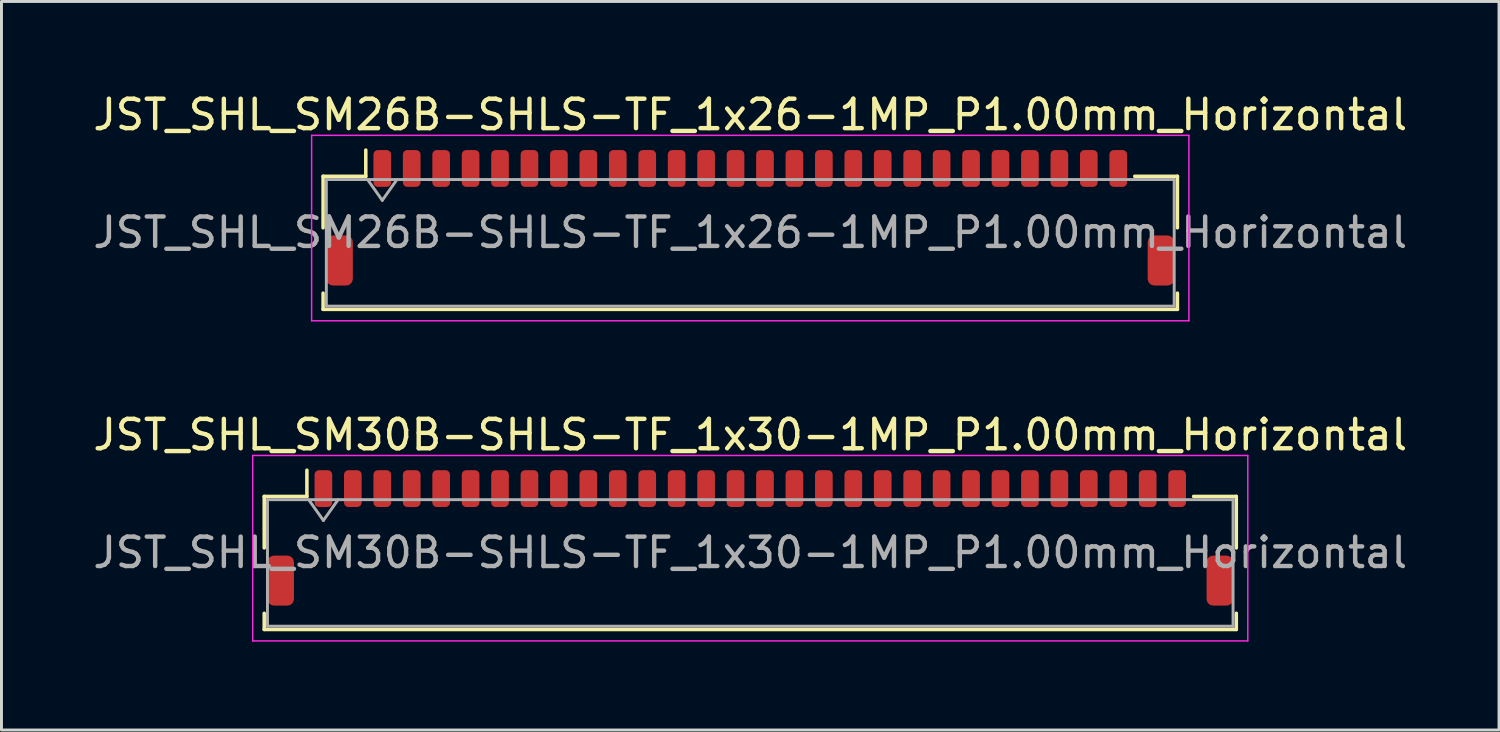
<source format=kicad_pcb>
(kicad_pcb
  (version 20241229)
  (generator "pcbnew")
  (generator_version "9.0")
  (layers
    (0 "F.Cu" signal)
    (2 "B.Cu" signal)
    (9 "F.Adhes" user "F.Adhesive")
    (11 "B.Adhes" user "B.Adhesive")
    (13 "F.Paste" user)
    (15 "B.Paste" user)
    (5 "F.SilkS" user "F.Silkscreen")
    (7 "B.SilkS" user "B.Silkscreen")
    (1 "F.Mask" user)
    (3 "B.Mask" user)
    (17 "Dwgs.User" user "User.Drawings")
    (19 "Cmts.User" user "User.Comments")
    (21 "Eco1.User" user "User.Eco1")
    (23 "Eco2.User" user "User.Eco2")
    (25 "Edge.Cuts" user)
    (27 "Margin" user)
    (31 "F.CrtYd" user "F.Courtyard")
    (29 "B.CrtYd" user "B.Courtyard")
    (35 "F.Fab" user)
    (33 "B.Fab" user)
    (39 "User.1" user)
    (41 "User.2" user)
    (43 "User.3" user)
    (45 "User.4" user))
  (footprint "JST_SHL_SM30B-SHLS-TF_1x30-1MP_P1.00mm_Horizontal"
    (layer "F.Cu")
    (at 22.435 15.222)
    (property "Reference" "JST_SHL_SM30B-SHLS-TF_1x30-1MP_P1.00mm_Horizontal" (at 0 -3.5 0) (layer "F.SilkS") (effects (font (size 1 1) (thickness 0.15))))
    (attr smd)
    (fp_line (start -16.51 -1.41) (end -15.06 -1.41) (stroke (width 0.12) (type solid)) (layer "F.SilkS"))
    (fp_line (start -16.51 0.34) (end -16.51 -1.41) (stroke (width 0.12) (type solid)) (layer "F.SilkS"))
    (fp_line (start -16.51 2.56) (end -16.51 3.11) (stroke (width 0.12) (type solid)) (layer "F.SilkS"))
    (fp_line (start -16.51 3.11) (end 16.51 3.11) (stroke (width 0.12) (type solid)) (layer "F.SilkS"))
    (fp_line (start -15.06 -1.41) (end -15.06 -2.3) (stroke (width 0.12) (type solid)) (layer "F.SilkS"))
    (fp_line (start 16.51 -1.41) (end 15.06 -1.41) (stroke (width 0.12) (type solid)) (layer "F.SilkS"))
    (fp_line (start 16.51 0.34) (end 16.51 -1.41) (stroke (width 0.12) (type solid)) (layer "F.SilkS"))
    (fp_line (start 16.51 3.11) (end 16.51 2.56) (stroke (width 0.12) (type solid)) (layer "F.SilkS"))
    (fp_line (start -16.9 -2.8) (end -16.9 3.5) (stroke (width 0.05) (type solid)) (layer "F.CrtYd"))
    (fp_line (start -16.9 3.5) (end 16.9 3.5) (stroke (width 0.05) (type solid)) (layer "F.CrtYd"))
    (fp_line (start 16.9 -2.8) (end -16.9 -2.8) (stroke (width 0.05) (type solid)) (layer "F.CrtYd"))
    (fp_line (start 16.9 3.5) (end 16.9 -2.8) (stroke (width 0.05) (type solid)) (layer "F.CrtYd"))
    (fp_line (start -16.4 -1.3) (end -16.4 3) (stroke (width 0.1) (type solid)) (layer "F.Fab"))
    (fp_line (start -16.4 -1.3) (end 16.4 -1.3) (stroke (width 0.1) (type solid)) (layer "F.Fab"))
    (fp_line (start -16.4 3) (end 16.4 3) (stroke (width 0.1) (type solid)) (layer "F.Fab"))
    (fp_line (start -15 -1.3) (end -14.5 -0.593) (stroke (width 0.1) (type solid)) (layer "F.Fab"))
    (fp_line (start -14.5 -0.593) (end -14 -1.3) (stroke (width 0.1) (type solid)) (layer "F.Fab"))
    (fp_line (start 16.4 -1.3) (end 16.4 3) (stroke (width 0.1) (type solid)) (layer "F.Fab"))
    (fp_text user "${REFERENCE}" (at 0 0.5 0) (layer "F.Fab") (effects (font (size 1 1) (thickness 0.15))))
    (pad "1" smd roundrect (at -14.5 -1.675) (size 0.6 1.25) (layers "F.Cu" "F.Mask" "F.Paste") (roundrect_rratio 0.25))
    (pad "2" smd roundrect (at -13.5 -1.675) (size 0.6 1.25) (layers "F.Cu" "F.Mask" "F.Paste") (roundrect_rratio 0.25))
    (pad "3" smd roundrect (at -12.5 -1.675) (size 0.6 1.25) (layers "F.Cu" "F.Mask" "F.Paste") (roundrect_rratio 0.25))
    (pad "4" smd roundrect (at -11.5 -1.675) (size 0.6 1.25) (layers "F.Cu" "F.Mask" "F.Paste") (roundrect_rratio 0.25))
    (pad "5" smd roundrect (at -10.5 -1.675) (size 0.6 1.25) (layers "F.Cu" "F.Mask" "F.Paste") (roundrect_rratio 0.25))
    (pad "6" smd roundrect (at -9.5 -1.675) (size 0.6 1.25) (layers "F.Cu" "F.Mask" "F.Paste") (roundrect_rratio 0.25))
    (pad "7" smd roundrect (at -8.5 -1.675) (size 0.6 1.25) (layers "F.Cu" "F.Mask" "F.Paste") (roundrect_rratio 0.25))
    (pad "8" smd roundrect (at -7.5 -1.675) (size 0.6 1.25) (layers "F.Cu" "F.Mask" "F.Paste") (roundrect_rratio 0.25))
    (pad "9" smd roundrect (at -6.5 -1.675) (size 0.6 1.25) (layers "F.Cu" "F.Mask" "F.Paste") (roundrect_rratio 0.25))
    (pad "10" smd roundrect (at -5.5 -1.675) (size 0.6 1.25) (layers "F.Cu" "F.Mask" "F.Paste") (roundrect_rratio 0.25))
    (pad "11" smd roundrect (at -4.5 -1.675) (size 0.6 1.25) (layers "F.Cu" "F.Mask" "F.Paste") (roundrect_rratio 0.25))
    (pad "12" smd roundrect (at -3.5 -1.675) (size 0.6 1.25) (layers "F.Cu" "F.Mask" "F.Paste") (roundrect_rratio 0.25))
    (pad "13" smd roundrect (at -2.5 -1.675) (size 0.6 1.25) (layers "F.Cu" "F.Mask" "F.Paste") (roundrect_rratio 0.25))
    (pad "14" smd roundrect (at -1.5 -1.675) (size 0.6 1.25) (layers "F.Cu" "F.Mask" "F.Paste") (roundrect_rratio 0.25))
    (pad "15" smd roundrect (at -0.5 -1.675) (size 0.6 1.25) (layers "F.Cu" "F.Mask" "F.Paste") (roundrect_rratio 0.25))
    (pad "16" smd roundrect (at 0.5 -1.675) (size 0.6 1.25) (layers "F.Cu" "F.Mask" "F.Paste") (roundrect_rratio 0.25))
    (pad "17" smd roundrect (at 1.5 -1.675) (size 0.6 1.25) (layers "F.Cu" "F.Mask" "F.Paste") (roundrect_rratio 0.25))
    (pad "18" smd roundrect (at 2.5 -1.675) (size 0.6 1.25) (layers "F.Cu" "F.Mask" "F.Paste") (roundrect_rratio 0.25))
    (pad "19" smd roundrect (at 3.5 -1.675) (size 0.6 1.25) (layers "F.Cu" "F.Mask" "F.Paste") (roundrect_rratio 0.25))
    (pad "20" smd roundrect (at 4.5 -1.675) (size 0.6 1.25) (layers "F.Cu" "F.Mask" "F.Paste") (roundrect_rratio 0.25))
    (pad "21" smd roundrect (at 5.5 -1.675) (size 0.6 1.25) (layers "F.Cu" "F.Mask" "F.Paste") (roundrect_rratio 0.25))
    (pad "22" smd roundrect (at 6.5 -1.675) (size 0.6 1.25) (layers "F.Cu" "F.Mask" "F.Paste") (roundrect_rratio 0.25))
    (pad "23" smd roundrect (at 7.5 -1.675) (size 0.6 1.25) (layers "F.Cu" "F.Mask" "F.Paste") (roundrect_rratio 0.25))
    (pad "24" smd roundrect (at 8.5 -1.675) (size 0.6 1.25) (layers "F.Cu" "F.Mask" "F.Paste") (roundrect_rratio 0.25))
    (pad "25" smd roundrect (at 9.5 -1.675) (size 0.6 1.25) (layers "F.Cu" "F.Mask" "F.Paste") (roundrect_rratio 0.25))
    (pad "26" smd roundrect (at 10.5 -1.675) (size 0.6 1.25) (layers "F.Cu" "F.Mask" "F.Paste") (roundrect_rratio 0.25))
    (pad "27" smd roundrect (at 11.5 -1.675) (size 0.6 1.25) (layers "F.Cu" "F.Mask" "F.Paste") (roundrect_rratio 0.25))
    (pad "28" smd roundrect (at 12.5 -1.675) (size 0.6 1.25) (layers "F.Cu" "F.Mask" "F.Paste") (roundrect_rratio 0.25))
    (pad "29" smd roundrect (at 13.5 -1.675) (size 0.6 1.25) (layers "F.Cu" "F.Mask" "F.Paste") (roundrect_rratio 0.25))
    (pad "30" smd roundrect (at 14.5 -1.675) (size 0.6 1.25) (layers "F.Cu" "F.Mask" "F.Paste") (roundrect_rratio 0.25))
    (pad "MP" smd roundrect (at -15.95 1.45) (size 0.9 1.7) (layers "F.Cu" "F.Mask" "F.Paste") (roundrect_rratio 0.25))
    (pad "MP" smd roundrect (at 15.95 1.45) (size 0.9 1.7) (layers "F.Cu" "F.Mask" "F.Paste") (roundrect_rratio 0.25)))
  (footprint "JST_SHL_SM26B-SHLS-TF_1x26-1MP_P1.00mm_Horizontal"
    (layer "F.Cu")
    (at 22.435 4.348)
    (property "Reference" "JST_SHL_SM26B-SHLS-TF_1x26-1MP_P1.00mm_Horizontal" (at 0 -3.5 0) (layer "F.SilkS") (effects (font (size 1 1) (thickness 0.15))))
    (attr smd)
    (fp_line (start -14.51 -1.41) (end -13.06 -1.41) (stroke (width 0.12) (type solid)) (layer "F.SilkS"))
    (fp_line (start -14.51 0.34) (end -14.51 -1.41) (stroke (width 0.12) (type solid)) (layer "F.SilkS"))
    (fp_line (start -14.51 2.56) (end -14.51 3.11) (stroke (width 0.12) (type solid)) (layer "F.SilkS"))
    (fp_line (start -14.51 3.11) (end 14.51 3.11) (stroke (width 0.12) (type solid)) (layer "F.SilkS"))
    (fp_line (start -13.06 -1.41) (end -13.06 -2.3) (stroke (width 0.12) (type solid)) (layer "F.SilkS"))
    (fp_line (start 14.51 -1.41) (end 13.06 -1.41) (stroke (width 0.12) (type solid)) (layer "F.SilkS"))
    (fp_line (start 14.51 0.34) (end 14.51 -1.41) (stroke (width 0.12) (type solid)) (layer "F.SilkS"))
    (fp_line (start 14.51 3.11) (end 14.51 2.56) (stroke (width 0.12) (type solid)) (layer "F.SilkS"))
    (fp_line (start -14.9 -2.8) (end -14.9 3.5) (stroke (width 0.05) (type solid)) (layer "F.CrtYd"))
    (fp_line (start -14.9 3.5) (end 14.9 3.5) (stroke (width 0.05) (type solid)) (layer "F.CrtYd"))
    (fp_line (start 14.9 -2.8) (end -14.9 -2.8) (stroke (width 0.05) (type solid)) (layer "F.CrtYd"))
    (fp_line (start 14.9 3.5) (end 14.9 -2.8) (stroke (width 0.05) (type solid)) (layer "F.CrtYd"))
    (fp_line (start -14.4 -1.3) (end -14.4 3) (stroke (width 0.1) (type solid)) (layer "F.Fab"))
    (fp_line (start -14.4 -1.3) (end 14.4 -1.3) (stroke (width 0.1) (type solid)) (layer "F.Fab"))
    (fp_line (start -14.4 3) (end 14.4 3) (stroke (width 0.1) (type solid)) (layer "F.Fab"))
    (fp_line (start -13 -1.3) (end -12.5 -0.593) (stroke (width 0.1) (type solid)) (layer "F.Fab"))
    (fp_line (start -12.5 -0.593) (end -12 -1.3) (stroke (width 0.1) (type solid)) (layer "F.Fab"))
    (fp_line (start 14.4 -1.3) (end 14.4 3) (stroke (width 0.1) (type solid)) (layer "F.Fab"))
    (fp_text user "${REFERENCE}" (at 0 0.5 0) (layer "F.Fab") (effects (font (size 1 1) (thickness 0.15))))
    (pad "1" smd roundrect (at -12.5 -1.675) (size 0.6 1.25) (layers "F.Cu" "F.Mask" "F.Paste") (roundrect_rratio 0.25))
    (pad "2" smd roundrect (at -11.5 -1.675) (size 0.6 1.25) (layers "F.Cu" "F.Mask" "F.Paste") (roundrect_rratio 0.25))
    (pad "3" smd roundrect (at -10.5 -1.675) (size 0.6 1.25) (layers "F.Cu" "F.Mask" "F.Paste") (roundrect_rratio 0.25))
    (pad "4" smd roundrect (at -9.5 -1.675) (size 0.6 1.25) (layers "F.Cu" "F.Mask" "F.Paste") (roundrect_rratio 0.25))
    (pad "5" smd roundrect (at -8.5 -1.675) (size 0.6 1.25) (layers "F.Cu" "F.Mask" "F.Paste") (roundrect_rratio 0.25))
    (pad "6" smd roundrect (at -7.5 -1.675) (size 0.6 1.25) (layers "F.Cu" "F.Mask" "F.Paste") (roundrect_rratio 0.25))
    (pad "7" smd roundrect (at -6.5 -1.675) (size 0.6 1.25) (layers "F.Cu" "F.Mask" "F.Paste") (roundrect_rratio 0.25))
    (pad "8" smd roundrect (at -5.5 -1.675) (size 0.6 1.25) (layers "F.Cu" "F.Mask" "F.Paste") (roundrect_rratio 0.25))
    (pad "9" smd roundrect (at -4.5 -1.675) (size 0.6 1.25) (layers "F.Cu" "F.Mask" "F.Paste") (roundrect_rratio 0.25))
    (pad "10" smd roundrect (at -3.5 -1.675) (size 0.6 1.25) (layers "F.Cu" "F.Mask" "F.Paste") (roundrect_rratio 0.25))
    (pad "11" smd roundrect (at -2.5 -1.675) (size 0.6 1.25) (layers "F.Cu" "F.Mask" "F.Paste") (roundrect_rratio 0.25))
    (pad "12" smd roundrect (at -1.5 -1.675) (size 0.6 1.25) (layers "F.Cu" "F.Mask" "F.Paste") (roundrect_rratio 0.25))
    (pad "13" smd roundrect (at -0.5 -1.675) (size 0.6 1.25) (layers "F.Cu" "F.Mask" "F.Paste") (roundrect_rratio 0.25))
    (pad "14" smd roundrect (at 0.5 -1.675) (size 0.6 1.25) (layers "F.Cu" "F.Mask" "F.Paste") (roundrect_rratio 0.25))
    (pad "15" smd roundrect (at 1.5 -1.675) (size 0.6 1.25) (layers "F.Cu" "F.Mask" "F.Paste") (roundrect_rratio 0.25))
    (pad "16" smd roundrect (at 2.5 -1.675) (size 0.6 1.25) (layers "F.Cu" "F.Mask" "F.Paste") (roundrect_rratio 0.25))
    (pad "17" smd roundrect (at 3.5 -1.675) (size 0.6 1.25) (layers "F.Cu" "F.Mask" "F.Paste") (roundrect_rratio 0.25))
    (pad "18" smd roundrect (at 4.5 -1.675) (size 0.6 1.25) (layers "F.Cu" "F.Mask" "F.Paste") (roundrect_rratio 0.25))
    (pad "19" smd roundrect (at 5.5 -1.675) (size 0.6 1.25) (layers "F.Cu" "F.Mask" "F.Paste") (roundrect_rratio 0.25))
    (pad "20" smd roundrect (at 6.5 -1.675) (size 0.6 1.25) (layers "F.Cu" "F.Mask" "F.Paste") (roundrect_rratio 0.25))
    (pad "21" smd roundrect (at 7.5 -1.675) (size 0.6 1.25) (layers "F.Cu" "F.Mask" "F.Paste") (roundrect_rratio 0.25))
    (pad "22" smd roundrect (at 8.5 -1.675) (size 0.6 1.25) (layers "F.Cu" "F.Mask" "F.Paste") (roundrect_rratio 0.25))
    (pad "23" smd roundrect (at 9.5 -1.675) (size 0.6 1.25) (layers "F.Cu" "F.Mask" "F.Paste") (roundrect_rratio 0.25))
    (pad "24" smd roundrect (at 10.5 -1.675) (size 0.6 1.25) (layers "F.Cu" "F.Mask" "F.Paste") (roundrect_rratio 0.25))
    (pad "25" smd roundrect (at 11.5 -1.675) (size 0.6 1.25) (layers "F.Cu" "F.Mask" "F.Paste") (roundrect_rratio 0.25))
    (pad "26" smd roundrect (at 12.5 -1.675) (size 0.6 1.25) (layers "F.Cu" "F.Mask" "F.Paste") (roundrect_rratio 0.25))
    (pad "MP" smd roundrect (at -13.95 1.45) (size 0.9 1.7) (layers "F.Cu" "F.Mask" "F.Paste") (roundrect_rratio 0.25))
    (pad "MP" smd roundrect (at 13.95 1.45) (size 0.9 1.7) (layers "F.Cu" "F.Mask" "F.Paste") (roundrect_rratio 0.25)))
  (gr_rect
    (start -3 -3)
    (end 47.869 21.747)
    (stroke (width 0.1) (type default))
    (fill no)
    (layer "Edge.Cuts")))
</source>
